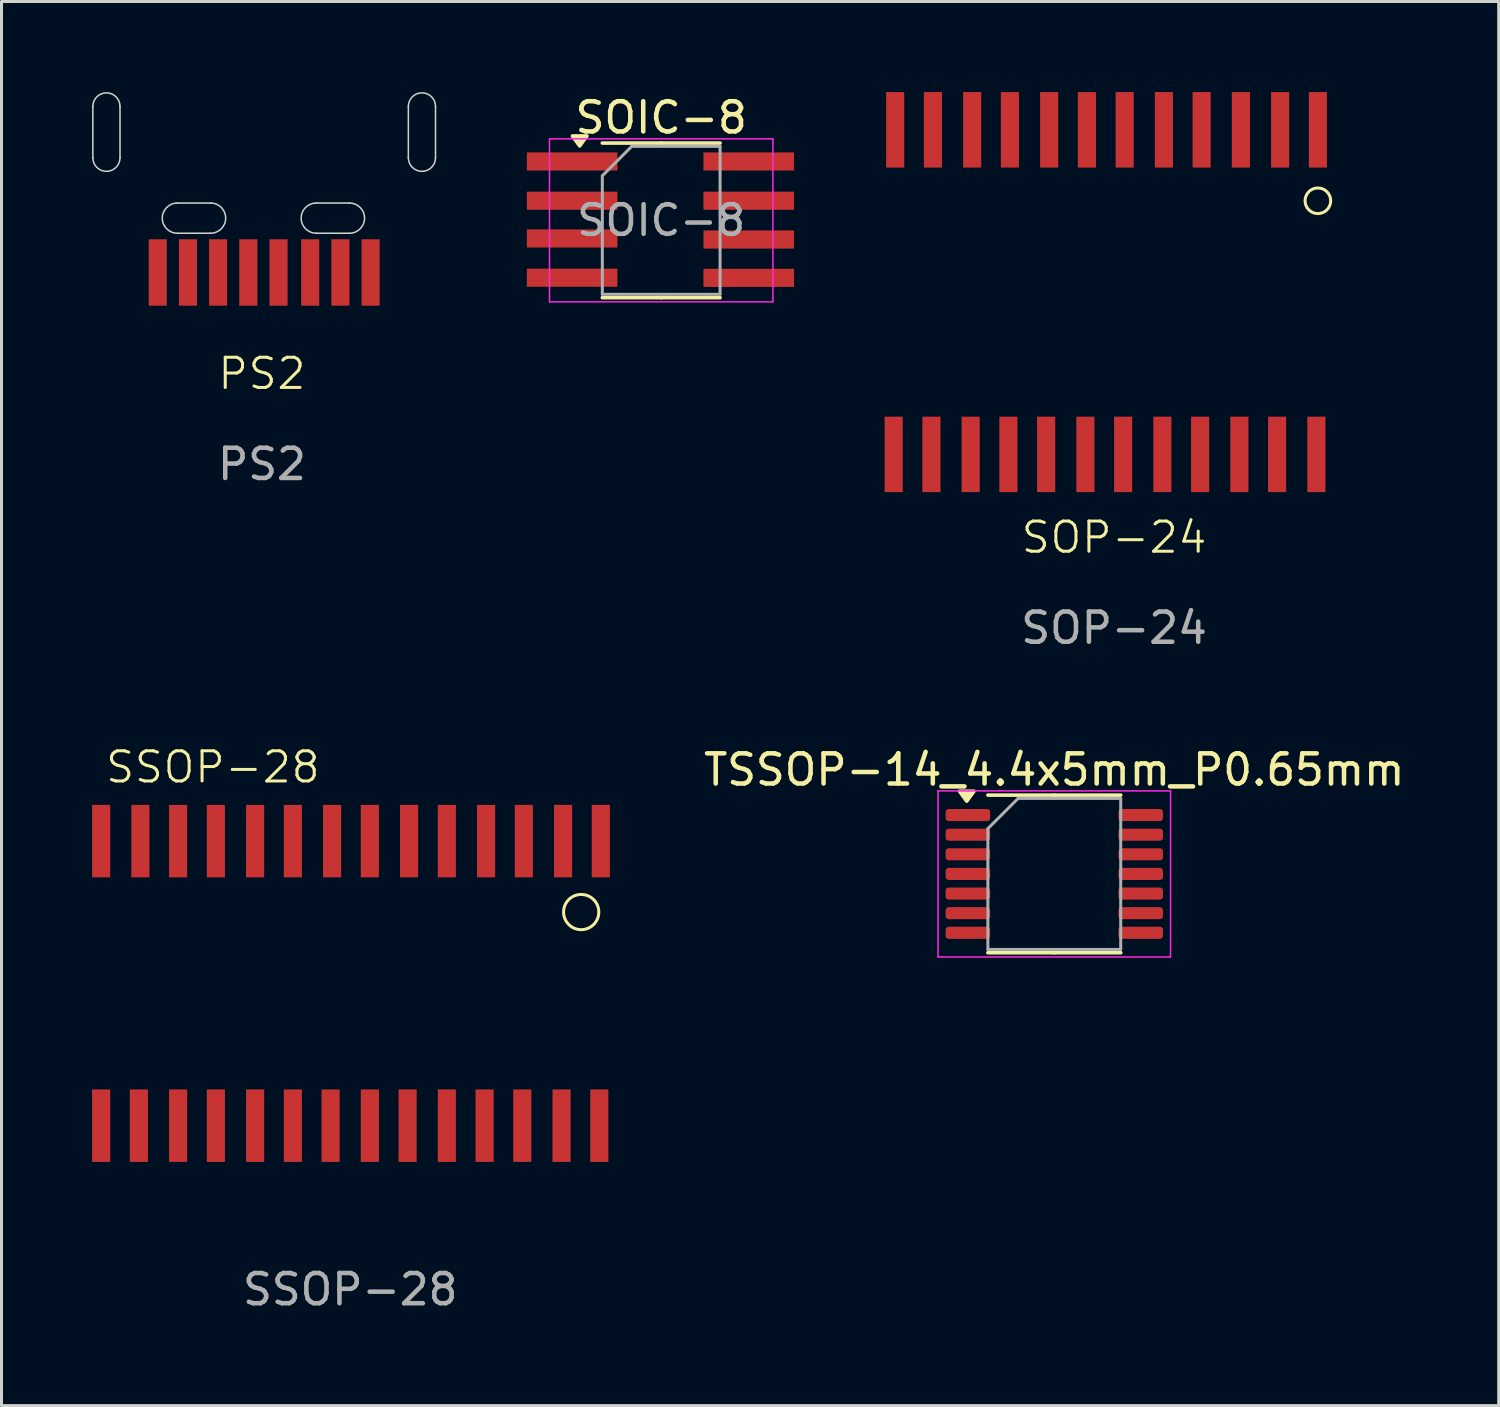
<source format=kicad_pcb>
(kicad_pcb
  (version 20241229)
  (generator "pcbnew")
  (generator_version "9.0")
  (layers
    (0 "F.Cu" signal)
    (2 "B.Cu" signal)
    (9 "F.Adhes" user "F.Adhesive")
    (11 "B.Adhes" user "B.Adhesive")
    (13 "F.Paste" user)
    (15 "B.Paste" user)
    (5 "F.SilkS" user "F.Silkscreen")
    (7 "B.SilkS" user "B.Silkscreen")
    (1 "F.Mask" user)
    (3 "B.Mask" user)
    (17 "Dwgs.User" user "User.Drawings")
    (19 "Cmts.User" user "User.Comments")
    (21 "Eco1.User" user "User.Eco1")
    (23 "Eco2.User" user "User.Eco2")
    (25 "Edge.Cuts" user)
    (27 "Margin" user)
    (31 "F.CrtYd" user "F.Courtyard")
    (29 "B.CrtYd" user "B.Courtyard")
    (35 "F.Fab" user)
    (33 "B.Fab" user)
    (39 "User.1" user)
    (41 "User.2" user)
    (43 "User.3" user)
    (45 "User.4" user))
  (footprint "PS2"
    (layer "F.Cu")
    (at 5.625 3.875)
    (property "Reference" "PS2" (at 0 5.45 0) (unlocked yes) (layer "F.SilkS") (effects (font (size 1 1) (thickness 0.1))))
    (attr smd)
    (fp_line (start -5.6 -3.4) (end -5.6 -1.7) (stroke (width 0.05) (type default)) (layer "Edge.Cuts"))
    (fp_line (start -4.7 -3.4) (end -4.7 -1.7) (stroke (width 0.05) (type default)) (layer "Edge.Cuts"))
    (fp_line (start -2.8 0.8) (end -1.7 0.8) (stroke (width 0.05) (type default)) (layer "Edge.Cuts"))
    (fp_line (start -1.7 -0.2) (end -2.8 -0.2) (stroke (width 0.05) (type default)) (layer "Edge.Cuts"))
    (fp_line (start 1.8 0.8) (end 2.9 0.8) (stroke (width 0.05) (type default)) (layer "Edge.Cuts"))
    (fp_line (start 2.9 -0.2) (end 1.8 -0.2) (stroke (width 0.05) (type default)) (layer "Edge.Cuts"))
    (fp_line (start 4.85 -3.4) (end 4.85 -1.7) (stroke (width 0.05) (type default)) (layer "Edge.Cuts"))
    (fp_line (start 5.75 -3.4) (end 5.75 -1.7) (stroke (width 0.05) (type default)) (layer "Edge.Cuts"))
    (fp_arc (start -5.6 -3.4) (mid -5.15 -3.85) (end -4.7 -3.4) (stroke (width 0.05) (type default)) (layer "Edge.Cuts"))
    (fp_arc (start -4.7 -1.7) (mid -5.15 -1.25) (end -5.6 -1.7) (stroke (width 0.05) (type default)) (layer "Edge.Cuts"))
    (fp_arc (start -2.8 0.8) (mid -3.3 0.3) (end -2.8 -0.2) (stroke (width 0.05) (type default)) (layer "Edge.Cuts"))
    (fp_arc (start -1.7 -0.2) (mid -1.2 0.3) (end -1.7 0.8) (stroke (width 0.05) (type default)) (layer "Edge.Cuts"))
    (fp_arc (start 1.8 0.8) (mid 1.3 0.3) (end 1.8 -0.2) (stroke (width 0.05) (type default)) (layer "Edge.Cuts"))
    (fp_arc (start 2.9 -0.2) (mid 3.4 0.3) (end 2.9 0.8) (stroke (width 0.05) (type default)) (layer "Edge.Cuts"))
    (fp_arc (start 4.85 -3.4) (mid 5.3 -3.85) (end 5.75 -3.4) (stroke (width 0.05) (type default)) (layer "Edge.Cuts"))
    (fp_arc (start 5.75 -1.7) (mid 5.3 -1.25) (end 4.85 -1.7) (stroke (width 0.05) (type default)) (layer "Edge.Cuts"))
    (fp_text user "${REFERENCE}" (at 0 8.45 0) (unlocked yes) (layer "F.Fab") (effects (font (size 1 1) (thickness 0.15))))
    (pad "1" smd rect (at 3.6 2.1 90) (size 2.2 0.6) (layers "F.Cu" "F.Mask" "F.Paste"))
    (pad "2" smd rect (at 2.6 2.1 90) (size 2.2 0.6) (layers "F.Cu" "F.Mask" "F.Paste"))
    (pad "3" smd rect (at 1.6 2.1 90) (size 2.2 0.6) (layers "F.Cu" "F.Mask" "F.Paste"))
    (pad "4" smd rect (at 0.55 2.1 90) (size 2.2 0.6) (layers "F.Cu" "F.Mask" "F.Paste"))
    (pad "5" smd rect (at -0.45 2.1 90) (size 2.2 0.6) (layers "F.Cu" "F.Mask" "F.Paste"))
    (pad "6" smd rect (at -1.45 2.1 90) (size 2.2 0.6) (layers "F.Cu" "F.Mask" "F.Paste"))
    (pad "7" smd rect (at -2.45 2.1 90) (size 2.2 0.6) (layers "F.Cu" "F.Mask" "F.Paste"))
    (pad "8" smd rect (at -3.45 2.1 90) (size 2.2 0.6) (layers "F.Cu" "F.Mask" "F.Paste")))
  (footprint "SSOP-28"
    (layer "F.Cu")
    (at 9 30.059)
    (property "Reference" "SSOP-28" (at -5 -7.7 0) (unlocked yes) (layer "F.SilkS") (effects (font (size 1 1) (thickness 0.1))))
    (attr smd)
    (fp_circle (center 7.2 -2.9) (end 7.7 -2.6) (stroke (width 0.1) (type default)) (fill no) (layer "F.SilkS"))
    (fp_text user "${REFERENCE}" (at -0.45 9.6 0) (unlocked yes) (layer "F.Fab") (effects (font (size 1 1) (thickness 0.15))))
    (pad "1" smd rect (at 7.85 -5.25 270) (size 2.4 0.6) (layers "F.Cu" "F.Mask" "F.Paste"))
    (pad "2" smd rect (at 6.6 -5.25 270) (size 2.4 0.6) (layers "F.Cu" "F.Mask" "F.Paste"))
    (pad "3" smd rect (at 5.3 -5.25 270) (size 2.4 0.6) (layers "F.Cu" "F.Mask" "F.Paste"))
    (pad "4" smd rect (at 4.05 -5.25 270) (size 2.4 0.6) (layers "F.Cu" "F.Mask" "F.Paste"))
    (pad "5" smd rect (at 2.75 -5.25 270) (size 2.4 0.6) (layers "F.Cu" "F.Mask" "F.Paste"))
    (pad "6" smd rect (at 1.5 -5.25 270) (size 2.4 0.6) (layers "F.Cu" "F.Mask" "F.Paste"))
    (pad "7" smd rect (at 0.2 -5.25 270) (size 2.4 0.6) (layers "F.Cu" "F.Mask" "F.Paste"))
    (pad "8" smd rect (at -1.05 -5.25 270) (size 2.4 0.6) (layers "F.Cu" "F.Mask" "F.Paste"))
    (pad "9" smd rect (at -2.35 -5.25 270) (size 2.4 0.6) (layers "F.Cu" "F.Mask" "F.Paste"))
    (pad "10" smd rect (at -3.6 -5.25 270) (size 2.4 0.6) (layers "F.Cu" "F.Mask" "F.Paste"))
    (pad "11" smd rect (at -4.9 -5.25 270) (size 2.4 0.6) (layers "F.Cu" "F.Mask" "F.Paste"))
    (pad "12" smd rect (at -6.15 -5.25 270) (size 2.4 0.6) (layers "F.Cu" "F.Mask" "F.Paste"))
    (pad "13" smd rect (at -7.4 -5.25 270) (size 2.4 0.6) (layers "F.Cu" "F.Mask" "F.Paste"))
    (pad "14" smd rect (at -8.7 -5.25 270) (size 2.4 0.6) (layers "F.Cu" "F.Mask" "F.Paste"))
    (pad "15" smd rect (at -8.7 4.175 270) (size 2.4 0.6) (layers "F.Cu" "F.Mask" "F.Paste"))
    (pad "16" smd rect (at -7.45 4.175 270) (size 2.4 0.6) (layers "F.Cu" "F.Mask" "F.Paste"))
    (pad "17" smd rect (at -6.15 4.175 270) (size 2.4 0.6) (layers "F.Cu" "F.Mask" "F.Paste"))
    (pad "18" smd rect (at -4.9 4.175 270) (size 2.4 0.6) (layers "F.Cu" "F.Mask" "F.Paste"))
    (pad "19" smd rect (at -3.6 4.175 270) (size 2.4 0.6) (layers "F.Cu" "F.Mask" "F.Paste"))
    (pad "20" smd rect (at -2.35 4.175 270) (size 2.4 0.6) (layers "F.Cu" "F.Mask" "F.Paste"))
    (pad "21" smd rect (at -1.1 4.175 270) (size 2.4 0.6) (layers "F.Cu" "F.Mask" "F.Paste"))
    (pad "22" smd rect (at 0.2 4.175 270) (size 2.4 0.6) (layers "F.Cu" "F.Mask" "F.Paste"))
    (pad "23" smd rect (at 1.45 4.175 270) (size 2.4 0.6) (layers "F.Cu" "F.Mask" "F.Paste"))
    (pad "24" smd rect (at 2.75 4.175 270) (size 2.4 0.6) (layers "F.Cu" "F.Mask" "F.Paste"))
    (pad "25" smd rect (at 4 4.175 270) (size 2.4 0.6) (layers "F.Cu" "F.Mask" "F.Paste"))
    (pad "26" smd rect (at 5.25 4.175 270) (size 2.4 0.6) (layers "F.Cu" "F.Mask" "F.Paste"))
    (pad "27" smd rect (at 6.55 4.175 270) (size 2.4 0.6) (layers "F.Cu" "F.Mask" "F.Paste"))
    (pad "28" smd rect (at 7.8 4.175 270) (size 2.4 0.6) (layers "F.Cu" "F.Mask" "F.Paste")))
  (footprint "TSSOP-14_4.4x5mm_P0.65mm"
    (layer "F.Cu")
    (at 31.87 25.896)
    (property "Reference" "TSSOP-14_4.4x5mm_P0.65mm" (at 0 -3.45 0) (layer "F.SilkS") (effects (font (size 1 1) (thickness 0.15))))
    (attr smd)
    (fp_line (start 0 -2.61) (end -2.2 -2.61) (stroke (width 0.12) (type solid)) (layer "F.SilkS"))
    (fp_line (start 0 -2.61) (end 2.2 -2.61) (stroke (width 0.12) (type solid)) (layer "F.SilkS"))
    (fp_line (start 0 2.61) (end -2.2 2.61) (stroke (width 0.12) (type solid)) (layer "F.SilkS"))
    (fp_line (start 0 2.61) (end 2.2 2.61) (stroke (width 0.12) (type solid)) (layer "F.SilkS"))
    (fp_poly (pts (xy -2.9 -2.41) (xy -3.14 -2.74) (xy -2.66 -2.74) (xy -2.9 -2.41)) (stroke (width 0.12) (type solid)) (fill yes) (layer "F.SilkS"))
    (fp_line (start -3.85 -2.75) (end -3.85 2.75) (stroke (width 0.05) (type solid)) (layer "F.CrtYd"))
    (fp_line (start -3.85 2.75) (end 3.85 2.75) (stroke (width 0.05) (type solid)) (layer "F.CrtYd"))
    (fp_line (start 3.85 -2.75) (end -3.85 -2.75) (stroke (width 0.05) (type solid)) (layer "F.CrtYd"))
    (fp_line (start 3.85 2.75) (end 3.85 -2.75) (stroke (width 0.05) (type solid)) (layer "F.CrtYd"))
    (fp_line (start -2.2 -1.5) (end -1.2 -2.5) (stroke (width 0.1) (type solid)) (layer "F.Fab"))
    (fp_line (start -2.2 2.5) (end -2.2 -1.5) (stroke (width 0.1) (type solid)) (layer "F.Fab"))
    (fp_line (start -1.2 -2.5) (end 2.2 -2.5) (stroke (width 0.1) (type solid)) (layer "F.Fab"))
    (fp_line (start 2.2 -2.5) (end 2.2 2.5) (stroke (width 0.1) (type solid)) (layer "F.Fab"))
    (fp_line (start 2.2 2.5) (end -2.2 2.5) (stroke (width 0.1) (type solid)) (layer "F.Fab"))
    (pad "1" smd roundrect (at -2.862 -1.95) (size 1.475 0.4) (layers "F.Cu" "F.Mask" "F.Paste") (roundrect_rratio 0.25))
    (pad "2" smd roundrect (at -2.862 -1.3) (size 1.475 0.4) (layers "F.Cu" "F.Mask" "F.Paste") (roundrect_rratio 0.25))
    (pad "3" smd roundrect (at -2.862 -0.65) (size 1.475 0.4) (layers "F.Cu" "F.Mask" "F.Paste") (roundrect_rratio 0.25))
    (pad "4" smd roundrect (at -2.862 0) (size 1.475 0.4) (layers "F.Cu" "F.Mask" "F.Paste") (roundrect_rratio 0.25))
    (pad "5" smd roundrect (at -2.862 0.65) (size 1.475 0.4) (layers "F.Cu" "F.Mask" "F.Paste") (roundrect_rratio 0.25))
    (pad "6" smd roundrect (at -2.862 1.3) (size 1.475 0.4) (layers "F.Cu" "F.Mask" "F.Paste") (roundrect_rratio 0.25))
    (pad "7" smd roundrect (at -2.862 1.95) (size 1.475 0.4) (layers "F.Cu" "F.Mask" "F.Paste") (roundrect_rratio 0.25))
    (pad "8" smd roundrect (at 2.862 1.95) (size 1.475 0.4) (layers "F.Cu" "F.Mask" "F.Paste") (roundrect_rratio 0.25))
    (pad "9" smd roundrect (at 2.862 1.3) (size 1.475 0.4) (layers "F.Cu" "F.Mask" "F.Paste") (roundrect_rratio 0.25))
    (pad "10" smd roundrect (at 2.862 0.65) (size 1.475 0.4) (layers "F.Cu" "F.Mask" "F.Paste") (roundrect_rratio 0.25))
    (pad "11" smd roundrect (at 2.862 0) (size 1.475 0.4) (layers "F.Cu" "F.Mask" "F.Paste") (roundrect_rratio 0.25))
    (pad "12" smd roundrect (at 2.862 -0.65) (size 1.475 0.4) (layers "F.Cu" "F.Mask" "F.Paste") (roundrect_rratio 0.25))
    (pad "13" smd roundrect (at 2.862 -1.3) (size 1.475 0.4) (layers "F.Cu" "F.Mask" "F.Paste") (roundrect_rratio 0.25))
    (pad "14" smd roundrect (at 2.862 -1.95) (size 1.475 0.4) (layers "F.Cu" "F.Mask" "F.Paste") (roundrect_rratio 0.25)))
  (footprint "SOIC-8"
    (layer "F.Cu")
    (at 18.85 4.248)
    (property "Reference" "SOIC-8" (at 0 -3.4 0) (layer "F.SilkS") (effects (font (size 1 1) (thickness 0.15))))
    (attr smd)
    (fp_line (start 0 -2.56) (end -1.95 -2.56) (stroke (width 0.12) (type solid)) (layer "F.SilkS"))
    (fp_line (start 0 -2.56) (end 1.95 -2.56) (stroke (width 0.12) (type solid)) (layer "F.SilkS"))
    (fp_line (start 0 2.56) (end -1.95 2.56) (stroke (width 0.12) (type solid)) (layer "F.SilkS"))
    (fp_line (start 0 2.56) (end 1.95 2.56) (stroke (width 0.12) (type solid)) (layer "F.SilkS"))
    (fp_poly (pts (xy -2.7 -2.465) (xy -2.94 -2.795) (xy -2.46 -2.795) (xy -2.7 -2.465)) (stroke (width 0.12) (type solid)) (fill yes) (layer "F.SilkS"))
    (fp_line (start -3.7 -2.7) (end -3.7 2.7) (stroke (width 0.05) (type solid)) (layer "F.CrtYd"))
    (fp_line (start -3.7 2.7) (end 3.7 2.7) (stroke (width 0.05) (type solid)) (layer "F.CrtYd"))
    (fp_line (start 3.7 -2.7) (end -3.7 -2.7) (stroke (width 0.05) (type solid)) (layer "F.CrtYd"))
    (fp_line (start 3.7 2.7) (end 3.7 -2.7) (stroke (width 0.05) (type solid)) (layer "F.CrtYd"))
    (fp_line (start -1.95 -1.475) (end -0.975 -2.45) (stroke (width 0.1) (type solid)) (layer "F.Fab"))
    (fp_line (start -1.95 2.45) (end -1.95 -1.475) (stroke (width 0.1) (type solid)) (layer "F.Fab"))
    (fp_line (start -0.975 -2.45) (end 1.95 -2.45) (stroke (width 0.1) (type solid)) (layer "F.Fab"))
    (fp_line (start 1.95 -2.45) (end 1.95 2.45) (stroke (width 0.1) (type solid)) (layer "F.Fab"))
    (fp_line (start 1.95 2.45) (end -1.95 2.45) (stroke (width 0.1) (type solid)) (layer "F.Fab"))
    (fp_text user "${REFERENCE}" (at 0 0 0) (layer "F.Fab") (effects (font (size 0.98 0.98) (thickness 0.15))))
    (pad "1" smd rect (at -2.95 -1.95) (size 3 0.6) (layers "F.Cu" "F.Mask" "F.Paste"))
    (pad "2" smd rect (at -2.95 -0.65) (size 3 0.6) (layers "F.Cu" "F.Mask" "F.Paste"))
    (pad "3" smd rect (at -2.95 0.6) (size 3 0.6) (layers "F.Cu" "F.Mask" "F.Paste"))
    (pad "4" smd rect (at -2.95 1.9) (size 3 0.6) (layers "F.Cu" "F.Mask" "F.Paste"))
    (pad "5" smd rect (at 2.9 1.905) (size 3 0.6) (layers "F.Cu" "F.Mask" "F.Paste"))
    (pad "6" smd rect (at 2.9 0.635) (size 3 0.6) (layers "F.Cu" "F.Mask" "F.Paste"))
    (pad "7" smd rect (at 2.9 -0.65) (size 3 0.6) (layers "F.Cu" "F.Mask" "F.Paste"))
    (pad "8" smd rect (at 2.9 -1.95) (size 3 0.6) (layers "F.Cu" "F.Mask" "F.Paste")))
  (footprint "SOP-24"
    (layer "F.Cu")
    (at 33.85 5.95)
    (property "Reference" "SOP-24" (at 0 8.8 0) (unlocked yes) (layer "F.SilkS") (effects (font (size 1 1) (thickness 0.1))))
    (attr smd)
    (fp_circle (center 6.75 -2.35) (end 7.05 -2.05) (stroke (width 0.1) (type default)) (fill no) (layer "F.SilkS"))
    (fp_text user "${REFERENCE}" (at 0 11.8 0) (unlocked yes) (layer "F.Fab") (effects (font (size 1 1) (thickness 0.15))))
    (pad "1" smd rect (at 6.75 -4.7 90) (size 2.5 0.6) (layers "F.Cu" "F.Mask" "F.Paste"))
    (pad "2" smd rect (at 5.5 -4.7 90) (size 2.5 0.6) (layers "F.Cu" "F.Mask" "F.Paste"))
    (pad "3" smd rect (at 4.2 -4.7 90) (size 2.5 0.6) (layers "F.Cu" "F.Mask" "F.Paste"))
    (pad "4" smd rect (at 2.9 -4.7 90) (size 2.5 0.6) (layers "F.Cu" "F.Mask" "F.Paste"))
    (pad "5" smd rect (at 1.65 -4.7 90) (size 2.5 0.6) (layers "F.Cu" "F.Mask" "F.Paste"))
    (pad "6" smd rect (at 0.35 -4.7 90) (size 2.5 0.6) (layers "F.Cu" "F.Mask" "F.Paste"))
    (pad "7" smd rect (at -0.9 -4.7 90) (size 2.5 0.6) (layers "F.Cu" "F.Mask" "F.Paste"))
    (pad "8" smd rect (at -2.15 -4.7 90) (size 2.5 0.6) (layers "F.Cu" "F.Mask" "F.Paste"))
    (pad "9" smd rect (at -3.45 -4.7 90) (size 2.5 0.6) (layers "F.Cu" "F.Mask" "F.Paste"))
    (pad "10" smd rect (at -4.7 -4.7 90) (size 2.5 0.6) (layers "F.Cu" "F.Mask" "F.Paste"))
    (pad "11" smd rect (at -6 -4.7 90) (size 2.5 0.6) (layers "F.Cu" "F.Mask" "F.Paste"))
    (pad "12" smd rect (at -7.25 -4.7 90) (size 2.5 0.6) (layers "F.Cu" "F.Mask" "F.Paste"))
    (pad "13" smd rect (at -7.3 6.05 90) (size 2.5 0.6) (layers "F.Cu" "F.Mask" "F.Paste"))
    (pad "14" smd rect (at -6.05 6.05 90) (size 2.5 0.6) (layers "F.Cu" "F.Mask" "F.Paste"))
    (pad "15" smd rect (at -4.75 6.05 90) (size 2.5 0.6) (layers "F.Cu" "F.Mask" "F.Paste"))
    (pad "16" smd rect (at -3.5 6.05 90) (size 2.5 0.6) (layers "F.Cu" "F.Mask" "F.Paste"))
    (pad "17" smd rect (at -2.25 6.05 90) (size 2.5 0.6) (layers "F.Cu" "F.Mask" "F.Paste"))
    (pad "18" smd rect (at -0.95 6.05 90) (size 2.5 0.6) (layers "F.Cu" "F.Mask" "F.Paste"))
    (pad "19" smd rect (at 0.3 6.05 90) (size 2.5 0.6) (layers "F.Cu" "F.Mask" "F.Paste"))
    (pad "20" smd rect (at 1.6 6.05 90) (size 2.5 0.6) (layers "F.Cu" "F.Mask" "F.Paste"))
    (pad "21" smd rect (at 2.85 6.05 90) (size 2.5 0.6) (layers "F.Cu" "F.Mask" "F.Paste"))
    (pad "22" smd rect (at 4.15 6.05 90) (size 2.5 0.6) (layers "F.Cu" "F.Mask" "F.Paste"))
    (pad "23" smd rect (at 5.4 6.05 90) (size 2.5 0.6) (layers "F.Cu" "F.Mask" "F.Paste"))
    (pad "24" smd rect (at 6.7 6.05 90) (size 2.5 0.6) (layers "F.Cu" "F.Mask" "F.Paste")))
  (gr_rect
    (start -3 -3)
    (end 46.59 43.507)
    (stroke (width 0.1) (type default))
    (fill no)
    (layer "Edge.Cuts")))
</source>
